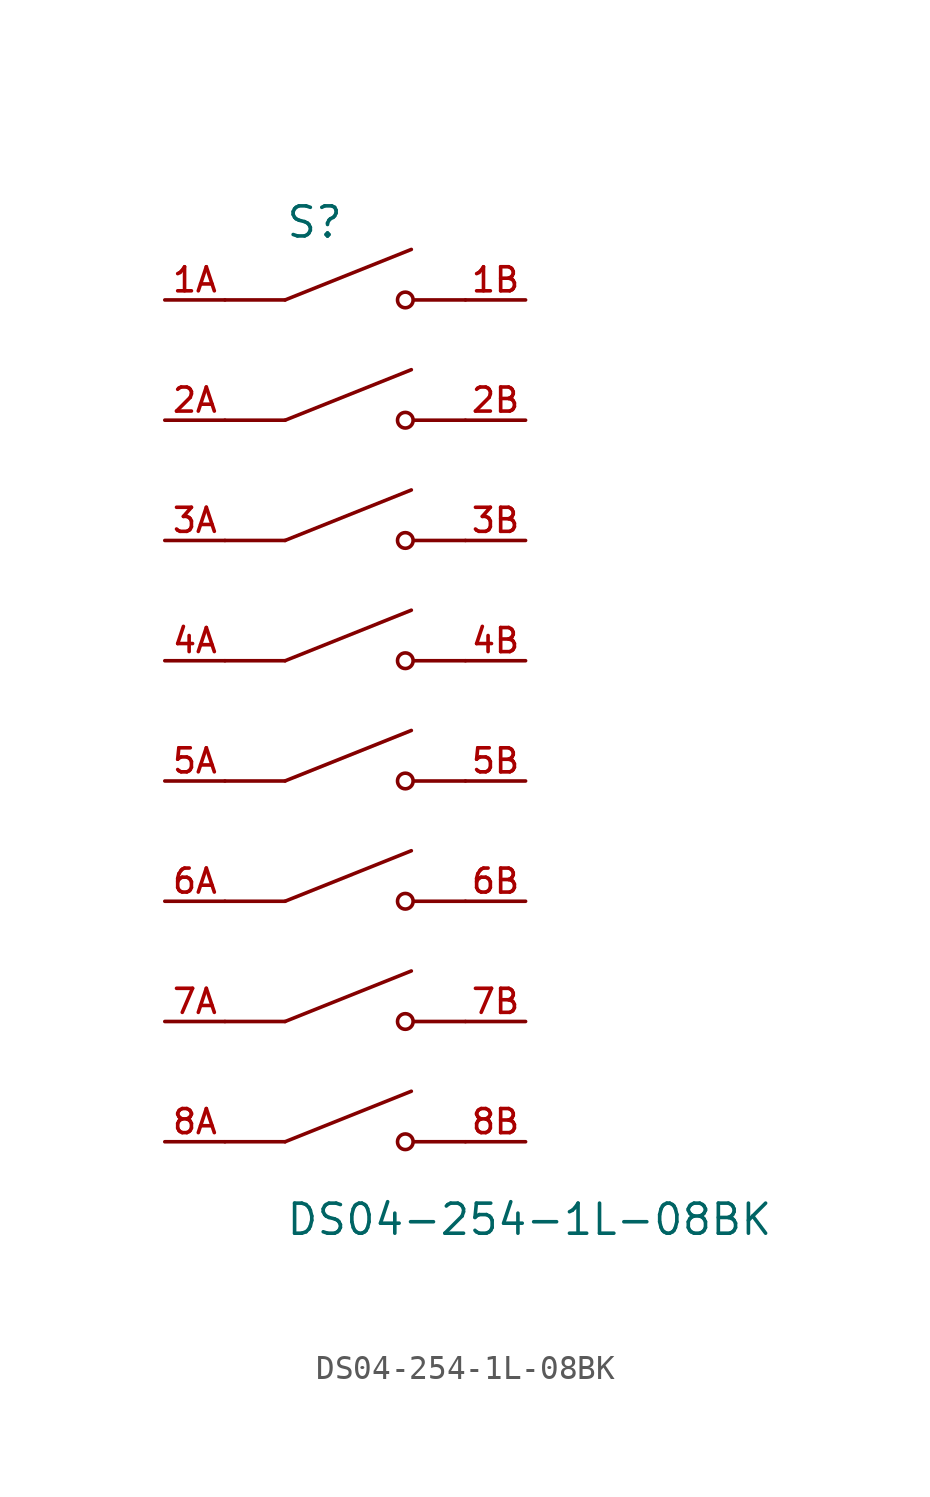
<source format=kicad_sym>
(kicad_symbol_lib
  (version 20211014)
  (generator kicad_symbol_editor)
  (symbol "DS04-254-1L-08BK"
    (pin_names
      (offset 1.016))
    (property "Reference" "S"
      (at -2.54 20.32 0)
      (effects (font (size 1.27 1.27)) (justify bottom left)))
    (property "Value" "DS04-254-1L-08BK"
      (at -2.54 -20.32 0)
      (effects (font (size 1.27 1.27)) (justify top left)))
    (symbol "DS04-254-1L-08BK_0_0"
      (polyline (pts (xy -2.54 17.78) (xy 2.794 19.914)) (stroke (width 0.152)))
      (circle (center 2.54 17.78) (radius 0.33) (stroke (width 0.152)) (fill (type none)))
      (polyline (pts (xy 5.08 17.78) (xy 2.921 17.78)) (stroke (width 0.152)))
      (polyline (pts (xy -2.54 17.78) (xy -5.08 17.78)) (stroke (width 0.152)))
      (polyline (pts (xy -2.54 12.7) (xy 2.794 14.834)) (stroke (width 0.152)))
      (circle (center 2.54 12.7) (radius 0.33) (stroke (width 0.152)) (fill (type none)))
      (polyline (pts (xy 5.08 12.7) (xy 2.921 12.7)) (stroke (width 0.152)))
      (polyline (pts (xy -2.54 12.7) (xy -5.08 12.7)) (stroke (width 0.152)))
      (polyline (pts (xy -2.54 7.62) (xy 2.794 9.754)) (stroke (width 0.152)))
      (circle (center 2.54 7.62) (radius 0.33) (stroke (width 0.152)) (fill (type none)))
      (polyline (pts (xy 5.08 7.62) (xy 2.921 7.62)) (stroke (width 0.152)))
      (polyline (pts (xy -2.54 7.62) (xy -5.08 7.62)) (stroke (width 0.152)))
      (polyline (pts (xy -2.54 2.54) (xy 2.794 4.674)) (stroke (width 0.152)))
      (circle (center 2.54 2.54) (radius 0.33) (stroke (width 0.152)) (fill (type none)))
      (polyline (pts (xy 5.08 2.54) (xy 2.921 2.54)) (stroke (width 0.152)))
      (polyline (pts (xy -2.54 2.54) (xy -5.08 2.54)) (stroke (width 0.152)))
      (polyline (pts (xy -2.54 -2.54) (xy 2.794 -0.406)) (stroke (width 0.152)))
      (circle (center 2.54 -2.54) (radius 0.33) (stroke (width 0.152)) (fill (type none)))
      (polyline (pts (xy 5.08 -2.54) (xy 2.921 -2.54)) (stroke (width 0.152)))
      (polyline (pts (xy -2.54 -2.54) (xy -5.08 -2.54)) (stroke (width 0.152)))
      (polyline (pts (xy -2.54 -7.62) (xy 2.794 -5.486)) (stroke (width 0.152)))
      (circle (center 2.54 -7.62) (radius 0.33) (stroke (width 0.152)) (fill (type none)))
      (polyline (pts (xy 5.08 -7.62) (xy 2.921 -7.62)) (stroke (width 0.152)))
      (polyline (pts (xy -2.54 -7.62) (xy -5.08 -7.62)) (stroke (width 0.152)))
      (polyline (pts (xy -2.54 -12.7) (xy 2.794 -10.566)) (stroke (width 0.152)))
      (circle (center 2.54 -12.7) (radius 0.33) (stroke (width 0.152)) (fill (type none)))
      (polyline (pts (xy 5.08 -12.7) (xy 2.921 -12.7)) (stroke (width 0.152)))
      (polyline (pts (xy -2.54 -12.7) (xy -5.08 -12.7)) (stroke (width 0.152)))
      (polyline (pts (xy -2.54 -17.78) (xy 2.794 -15.646)) (stroke (width 0.152)))
      (circle (center 2.54 -17.78) (radius 0.33) (stroke (width 0.152)) (fill (type none)))
      (polyline (pts (xy 5.08 -17.78) (xy 2.921 -17.78)) (stroke (width 0.152)))
      (polyline (pts (xy -2.54 -17.78) (xy -5.08 -17.78)) (stroke (width 0.152)))
      (pin passive line (at -7.62 17.78 0) (length 2.54) (name "~" (effects (font (size 1.016 1.016)))) (number "1A" (effects (font (size 1.016 1.016)))))
      (pin passive line (at 7.62 17.78 180.0) (length 2.54) (name "~" (effects (font (size 1.016 1.016)))) (number "1B" (effects (font (size 1.016 1.016)))))
      (pin passive line (at -7.62 12.7 0) (length 2.54) (name "~" (effects (font (size 1.016 1.016)))) (number "2A" (effects (font (size 1.016 1.016)))))
      (pin passive line (at 7.62 12.7 180.0) (length 2.54) (name "~" (effects (font (size 1.016 1.016)))) (number "2B" (effects (font (size 1.016 1.016)))))
      (pin passive line (at -7.62 7.62 0) (length 2.54) (name "~" (effects (font (size 1.016 1.016)))) (number "3A" (effects (font (size 1.016 1.016)))))
      (pin passive line (at 7.62 7.62 180.0) (length 2.54) (name "~" (effects (font (size 1.016 1.016)))) (number "3B" (effects (font (size 1.016 1.016)))))
      (pin passive line (at -7.62 2.54 0) (length 2.54) (name "~" (effects (font (size 1.016 1.016)))) (number "4A" (effects (font (size 1.016 1.016)))))
      (pin passive line (at 7.62 2.54 180.0) (length 2.54) (name "~" (effects (font (size 1.016 1.016)))) (number "4B" (effects (font (size 1.016 1.016)))))
      (pin passive line (at -7.62 -2.54 0) (length 2.54) (name "~" (effects (font (size 1.016 1.016)))) (number "5A" (effects (font (size 1.016 1.016)))))
      (pin passive line (at 7.62 -2.54 180.0) (length 2.54) (name "~" (effects (font (size 1.016 1.016)))) (number "5B" (effects (font (size 1.016 1.016)))))
      (pin passive line (at -7.62 -7.62 0) (length 2.54) (name "~" (effects (font (size 1.016 1.016)))) (number "6A" (effects (font (size 1.016 1.016)))))
      (pin passive line (at 7.62 -7.62 180.0) (length 2.54) (name "~" (effects (font (size 1.016 1.016)))) (number "6B" (effects (font (size 1.016 1.016)))))
      (pin passive line (at -7.62 -12.7 0) (length 2.54) (name "~" (effects (font (size 1.016 1.016)))) (number "7A" (effects (font (size 1.016 1.016)))))
      (pin passive line (at 7.62 -12.7 180.0) (length 2.54) (name "~" (effects (font (size 1.016 1.016)))) (number "7B" (effects (font (size 1.016 1.016)))))
      (pin passive line (at -7.62 -17.78 0) (length 2.54) (name "~" (effects (font (size 1.016 1.016)))) (number "8A" (effects (font (size 1.016 1.016)))))
      (pin passive line (at 7.62 -17.78 180.0) (length 2.54) (name "~" (effects (font (size 1.016 1.016)))) (number "8B" (effects (font (size 1.016 1.016))))))))
</source>
